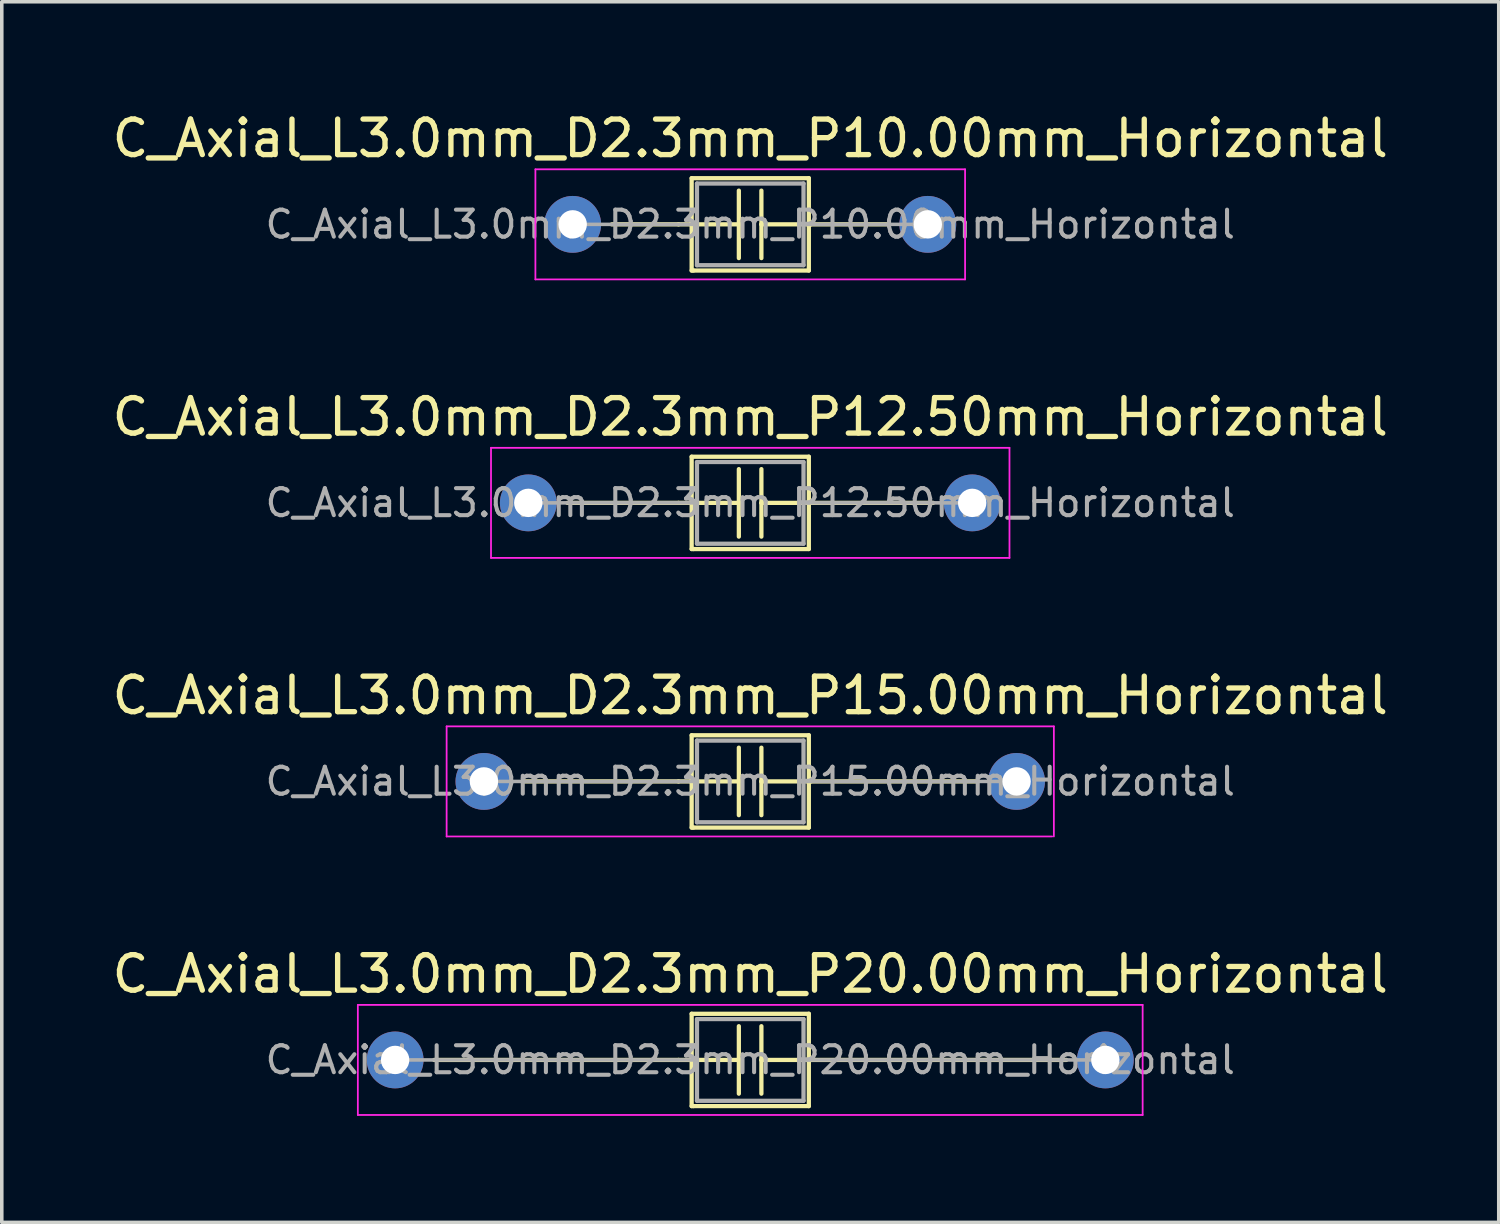
<source format=kicad_pcb>
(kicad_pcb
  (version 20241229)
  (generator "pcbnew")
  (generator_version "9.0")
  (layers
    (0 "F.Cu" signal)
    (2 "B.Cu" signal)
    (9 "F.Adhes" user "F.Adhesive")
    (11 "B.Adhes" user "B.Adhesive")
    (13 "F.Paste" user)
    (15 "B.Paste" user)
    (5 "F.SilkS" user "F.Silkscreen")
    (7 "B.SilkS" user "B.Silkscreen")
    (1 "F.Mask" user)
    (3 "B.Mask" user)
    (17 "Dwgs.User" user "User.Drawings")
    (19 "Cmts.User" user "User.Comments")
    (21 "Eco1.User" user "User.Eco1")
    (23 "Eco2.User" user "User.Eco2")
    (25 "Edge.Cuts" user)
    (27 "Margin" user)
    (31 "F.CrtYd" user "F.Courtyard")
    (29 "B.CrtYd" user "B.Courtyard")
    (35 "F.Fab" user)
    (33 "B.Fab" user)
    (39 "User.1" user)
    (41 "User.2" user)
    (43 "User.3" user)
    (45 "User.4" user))
  (footprint "C_Axial_L3.0mm_D2.3mm_P20.00mm_Horizontal"
    (layer "F.Cu")
    (at 8.077 26.798)
    (property "Reference" "C_Axial_L3.0mm_D2.3mm_P20.00mm_Horizontal" (at 10 -2.42 0) (layer "F.SilkS") (effects (font (size 1 1) (thickness 0.15))))
    (fp_line (start 1.1 0) (end 7.98 0) (stroke (width 0.12) (type solid)) (layer "F.SilkS"))
    (fp_line (start 7.98 0) (end 9.679 0) (stroke (width 0.12) (type solid)) (layer "F.SilkS"))
    (fp_line (start 8.35 -1.3) (end 11.65 -1.3) (stroke (width 0.12) (type solid)) (layer "F.SilkS"))
    (fp_line (start 8.35 1.3) (end 8.35 -1.3) (stroke (width 0.12) (type solid)) (layer "F.SilkS"))
    (fp_line (start 8.4 1.3) (end 8.35 1.3) (stroke (width 0.12) (type solid)) (layer "F.SilkS"))
    (fp_line (start 9.679 0) (end 9.679 -0.95) (stroke (width 0.12) (type solid)) (layer "F.SilkS"))
    (fp_line (start 9.679 0) (end 9.679 0.95) (stroke (width 0.12) (type solid)) (layer "F.SilkS"))
    (fp_line (start 10.314 0) (end 10.314 -0.95) (stroke (width 0.12) (type solid)) (layer "F.SilkS"))
    (fp_line (start 10.314 0) (end 10.314 0.95) (stroke (width 0.12) (type solid)) (layer "F.SilkS"))
    (fp_line (start 11.65 -1.3) (end 11.65 0) (stroke (width 0.12) (type solid)) (layer "F.SilkS"))
    (fp_line (start 11.65 0) (end 11.65 1.3) (stroke (width 0.12) (type solid)) (layer "F.SilkS"))
    (fp_line (start 11.65 1.3) (end 8.4 1.3) (stroke (width 0.12) (type solid)) (layer "F.SilkS"))
    (fp_line (start 11.711 0) (end 10.314 0) (stroke (width 0.12) (type solid)) (layer "F.SilkS"))
    (fp_line (start 18.9 0) (end 11.711 0) (stroke (width 0.12) (type solid)) (layer "F.SilkS"))
    (fp_line (start -1.05 -1.55) (end -1.05 1.55) (stroke (width 0.05) (type solid)) (layer "F.CrtYd"))
    (fp_line (start -1.05 1.55) (end 21.05 1.55) (stroke (width 0.05) (type solid)) (layer "F.CrtYd"))
    (fp_line (start 21.05 -1.55) (end -1.05 -1.55) (stroke (width 0.05) (type solid)) (layer "F.CrtYd"))
    (fp_line (start 21.05 1.55) (end 21.05 -1.55) (stroke (width 0.05) (type solid)) (layer "F.CrtYd"))
    (fp_line (start 0 0) (end 8.5 0) (stroke (width 0.1) (type solid)) (layer "F.Fab"))
    (fp_line (start 8.5 -1.15) (end 11.5 -1.15) (stroke (width 0.12) (type solid)) (layer "F.Fab"))
    (fp_line (start 8.5 0) (end 8.5 -1.15) (stroke (width 0.12) (type solid)) (layer "F.Fab"))
    (fp_line (start 8.5 1.15) (end 8.5 0) (stroke (width 0.12) (type solid)) (layer "F.Fab"))
    (fp_line (start 11.5 -1.15) (end 11.5 0) (stroke (width 0.12) (type solid)) (layer "F.Fab"))
    (fp_line (start 11.5 0) (end 11.5 1.15) (stroke (width 0.12) (type solid)) (layer "F.Fab"))
    (fp_line (start 11.5 1.15) (end 8.5 1.15) (stroke (width 0.12) (type solid)) (layer "F.Fab"))
    (fp_line (start 20 0) (end 11.5 0) (stroke (width 0.1) (type solid)) (layer "F.Fab"))
    (fp_text user "${REFERENCE}" (at 10 0 0) (layer "F.Fab") (effects (font (size 0.76 0.76) (thickness 0.114))))
    (pad "1" thru_hole circle (at 0 0) (size 1.6 1.6) (drill 0.8) (layers "*.Cu" "*.Mask"))
    (pad "2" thru_hole oval (at 20 0) (size 1.6 1.6) (drill 0.8) (layers "*.Cu" "*.Mask")))
  (footprint "C_Axial_L3.0mm_D2.3mm_P15.00mm_Horizontal"
    (layer "F.Cu")
    (at 10.577 18.955)
    (property "Reference" "C_Axial_L3.0mm_D2.3mm_P15.00mm_Horizontal" (at 7.5 -2.42 0) (layer "F.SilkS") (effects (font (size 1 1) (thickness 0.15))))
    (fp_line (start 1.1 0) (end 5.48 0) (stroke (width 0.12) (type solid)) (layer "F.SilkS"))
    (fp_line (start 5.48 0) (end 7.179 0) (stroke (width 0.12) (type solid)) (layer "F.SilkS"))
    (fp_line (start 5.85 -1.3) (end 9.15 -1.3) (stroke (width 0.12) (type solid)) (layer "F.SilkS"))
    (fp_line (start 5.85 1.3) (end 5.85 -1.3) (stroke (width 0.12) (type solid)) (layer "F.SilkS"))
    (fp_line (start 5.9 1.3) (end 5.85 1.3) (stroke (width 0.12) (type solid)) (layer "F.SilkS"))
    (fp_line (start 7.179 0) (end 7.179 -0.95) (stroke (width 0.12) (type solid)) (layer "F.SilkS"))
    (fp_line (start 7.179 0) (end 7.179 0.95) (stroke (width 0.12) (type solid)) (layer "F.SilkS"))
    (fp_line (start 7.814 0) (end 7.814 -0.95) (stroke (width 0.12) (type solid)) (layer "F.SilkS"))
    (fp_line (start 7.814 0) (end 7.814 0.95) (stroke (width 0.12) (type solid)) (layer "F.SilkS"))
    (fp_line (start 9.15 -1.3) (end 9.15 0) (stroke (width 0.12) (type solid)) (layer "F.SilkS"))
    (fp_line (start 9.15 0) (end 9.15 1.3) (stroke (width 0.12) (type solid)) (layer "F.SilkS"))
    (fp_line (start 9.15 1.3) (end 5.9 1.3) (stroke (width 0.12) (type solid)) (layer "F.SilkS"))
    (fp_line (start 9.211 0) (end 7.814 0) (stroke (width 0.12) (type solid)) (layer "F.SilkS"))
    (fp_line (start 13.9 0) (end 9.211 0) (stroke (width 0.12) (type solid)) (layer "F.SilkS"))
    (fp_line (start -1.05 -1.55) (end -1.05 1.55) (stroke (width 0.05) (type solid)) (layer "F.CrtYd"))
    (fp_line (start -1.05 1.55) (end 16 1.55) (stroke (width 0.05) (type solid)) (layer "F.CrtYd"))
    (fp_line (start 16.05 -1.55) (end -1.05 -1.55) (stroke (width 0.05) (type solid)) (layer "F.CrtYd"))
    (fp_line (start 16.05 1.55) (end 16.05 -1.55) (stroke (width 0.05) (type solid)) (layer "F.CrtYd"))
    (fp_line (start 0 0) (end 6 0) (stroke (width 0.1) (type solid)) (layer "F.Fab"))
    (fp_line (start 6 -1.15) (end 9 -1.15) (stroke (width 0.12) (type solid)) (layer "F.Fab"))
    (fp_line (start 6 0) (end 6 -1.15) (stroke (width 0.12) (type solid)) (layer "F.Fab"))
    (fp_line (start 6 1.15) (end 6 0) (stroke (width 0.12) (type solid)) (layer "F.Fab"))
    (fp_line (start 9 -1.15) (end 9 0) (stroke (width 0.12) (type solid)) (layer "F.Fab"))
    (fp_line (start 9 0) (end 9 1.15) (stroke (width 0.12) (type solid)) (layer "F.Fab"))
    (fp_line (start 9 1.15) (end 6 1.15) (stroke (width 0.12) (type solid)) (layer "F.Fab"))
    (fp_line (start 15 0) (end 9 0) (stroke (width 0.1) (type solid)) (layer "F.Fab"))
    (fp_text user "${REFERENCE}" (at 7.5 0 0) (layer "F.Fab") (effects (font (size 0.76 0.76) (thickness 0.114))))
    (pad "1" thru_hole circle (at 0 0) (size 1.6 1.6) (drill 0.8) (layers "*.Cu" "*.Mask"))
    (pad "2" thru_hole oval (at 15 0) (size 1.6 1.6) (drill 0.8) (layers "*.Cu" "*.Mask")))
  (footprint "C_Axial_L3.0mm_D2.3mm_P10.00mm_Horizontal"
    (layer "F.Cu")
    (at 13.077 3.268)
    (property "Reference" "C_Axial_L3.0mm_D2.3mm_P10.00mm_Horizontal" (at 5 -2.42 0) (layer "F.SilkS") (effects (font (size 1 1) (thickness 0.15))))
    (attr through_hole)
    (fp_line (start 1.1 0) (end 2.98 0) (stroke (width 0.12) (type solid)) (layer "F.SilkS"))
    (fp_line (start 2.98 0) (end 4.679 0) (stroke (width 0.12) (type solid)) (layer "F.SilkS"))
    (fp_line (start 3.35 -1.3) (end 6.65 -1.3) (stroke (width 0.12) (type solid)) (layer "F.SilkS"))
    (fp_line (start 3.35 1.3) (end 3.35 -1.3) (stroke (width 0.12) (type solid)) (layer "F.SilkS"))
    (fp_line (start 3.4 1.3) (end 3.35 1.3) (stroke (width 0.12) (type solid)) (layer "F.SilkS"))
    (fp_line (start 4.679 0) (end 4.679 -0.95) (stroke (width 0.12) (type solid)) (layer "F.SilkS"))
    (fp_line (start 4.679 0) (end 4.679 0.95) (stroke (width 0.12) (type solid)) (layer "F.SilkS"))
    (fp_line (start 5.314 0) (end 5.314 -0.95) (stroke (width 0.12) (type solid)) (layer "F.SilkS"))
    (fp_line (start 5.314 0) (end 5.314 0.95) (stroke (width 0.12) (type solid)) (layer "F.SilkS"))
    (fp_line (start 6.65 -1.3) (end 6.65 0) (stroke (width 0.12) (type solid)) (layer "F.SilkS"))
    (fp_line (start 6.65 0) (end 6.65 1.3) (stroke (width 0.12) (type solid)) (layer "F.SilkS"))
    (fp_line (start 6.65 1.3) (end 3.4 1.3) (stroke (width 0.12) (type solid)) (layer "F.SilkS"))
    (fp_line (start 6.711 0) (end 5.314 0) (stroke (width 0.12) (type solid)) (layer "F.SilkS"))
    (fp_line (start 8.9 0) (end 6.711 0) (stroke (width 0.12) (type solid)) (layer "F.SilkS"))
    (fp_line (start -1.05 -1.55) (end -1.05 1.55) (stroke (width 0.05) (type solid)) (layer "F.CrtYd"))
    (fp_line (start -1.05 1.55) (end 11.05 1.55) (stroke (width 0.05) (type solid)) (layer "F.CrtYd"))
    (fp_line (start 11.05 -1.55) (end -1.05 -1.55) (stroke (width 0.05) (type solid)) (layer "F.CrtYd"))
    (fp_line (start 11.05 1.55) (end 11.05 -1.55) (stroke (width 0.05) (type solid)) (layer "F.CrtYd"))
    (fp_line (start 0 0) (end 3.5 0) (stroke (width 0.1) (type solid)) (layer "F.Fab"))
    (fp_line (start 3.5 -1.15) (end 6.5 -1.15) (stroke (width 0.12) (type solid)) (layer "F.Fab"))
    (fp_line (start 3.5 0) (end 3.5 -1.15) (stroke (width 0.12) (type solid)) (layer "F.Fab"))
    (fp_line (start 3.5 1.15) (end 3.5 0) (stroke (width 0.12) (type solid)) (layer "F.Fab"))
    (fp_line (start 6.5 -1.15) (end 6.5 0) (stroke (width 0.12) (type solid)) (layer "F.Fab"))
    (fp_line (start 6.5 0) (end 6.5 1.15) (stroke (width 0.12) (type solid)) (layer "F.Fab"))
    (fp_line (start 6.5 1.15) (end 3.5 1.15) (stroke (width 0.12) (type solid)) (layer "F.Fab"))
    (fp_line (start 10 0) (end 6.5 0) (stroke (width 0.1) (type solid)) (layer "F.Fab"))
    (fp_text user "${REFERENCE}" (at 5 0 0) (layer "F.Fab") (effects (font (size 0.76 0.76) (thickness 0.114))))
    (pad "1" thru_hole circle (at 0 0) (size 1.6 1.6) (drill 0.8) (layers "*.Cu" "*.Mask"))
    (pad "2" thru_hole oval (at 10 0) (size 1.6 1.6) (drill 0.8) (layers "*.Cu" "*.Mask")))
  (footprint "C_Axial_L3.0mm_D2.3mm_P12.50mm_Horizontal"
    (layer "F.Cu")
    (at 11.827 11.111)
    (property "Reference" "C_Axial_L3.0mm_D2.3mm_P12.50mm_Horizontal" (at 6.25 -2.42 0) (layer "F.SilkS") (effects (font (size 1 1) (thickness 0.15))))
    (fp_line (start 1.1 0) (end 4.23 0) (stroke (width 0.12) (type solid)) (layer "F.SilkS"))
    (fp_line (start 4.23 0) (end 5.929 0) (stroke (width 0.12) (type solid)) (layer "F.SilkS"))
    (fp_line (start 4.6 -1.3) (end 7.9 -1.3) (stroke (width 0.12) (type solid)) (layer "F.SilkS"))
    (fp_line (start 4.6 1.3) (end 4.6 -1.3) (stroke (width 0.12) (type solid)) (layer "F.SilkS"))
    (fp_line (start 4.65 1.3) (end 4.6 1.3) (stroke (width 0.12) (type solid)) (layer "F.SilkS"))
    (fp_line (start 5.929 0) (end 5.929 -0.95) (stroke (width 0.12) (type solid)) (layer "F.SilkS"))
    (fp_line (start 5.929 0) (end 5.929 0.95) (stroke (width 0.12) (type solid)) (layer "F.SilkS"))
    (fp_line (start 6.564 0) (end 6.564 -0.95) (stroke (width 0.12) (type solid)) (layer "F.SilkS"))
    (fp_line (start 6.564 0) (end 6.564 0.95) (stroke (width 0.12) (type solid)) (layer "F.SilkS"))
    (fp_line (start 7.9 -1.3) (end 7.9 0) (stroke (width 0.12) (type solid)) (layer "F.SilkS"))
    (fp_line (start 7.9 0) (end 7.9 1.3) (stroke (width 0.12) (type solid)) (layer "F.SilkS"))
    (fp_line (start 7.9 1.3) (end 4.65 1.3) (stroke (width 0.12) (type solid)) (layer "F.SilkS"))
    (fp_line (start 7.961 0) (end 6.564 0) (stroke (width 0.12) (type solid)) (layer "F.SilkS"))
    (fp_line (start 11.4 0) (end 7.961 0) (stroke (width 0.12) (type solid)) (layer "F.SilkS"))
    (fp_line (start -1.05 -1.55) (end -1.05 1.55) (stroke (width 0.05) (type solid)) (layer "F.CrtYd"))
    (fp_line (start -1.05 1.55) (end 13.55 1.55) (stroke (width 0.05) (type solid)) (layer "F.CrtYd"))
    (fp_line (start 13.55 -1.55) (end -1.05 -1.55) (stroke (width 0.05) (type solid)) (layer "F.CrtYd"))
    (fp_line (start 13.55 1.55) (end 13.55 -1.55) (stroke (width 0.05) (type solid)) (layer "F.CrtYd"))
    (fp_line (start 0 0) (end 4.75 0) (stroke (width 0.1) (type solid)) (layer "F.Fab"))
    (fp_line (start 4.75 -1.15) (end 7.75 -1.15) (stroke (width 0.12) (type solid)) (layer "F.Fab"))
    (fp_line (start 4.75 0) (end 4.75 -1.15) (stroke (width 0.12) (type solid)) (layer "F.Fab"))
    (fp_line (start 4.75 1.15) (end 4.75 0) (stroke (width 0.12) (type solid)) (layer "F.Fab"))
    (fp_line (start 7.75 -1.15) (end 7.75 0) (stroke (width 0.12) (type solid)) (layer "F.Fab"))
    (fp_line (start 7.75 0) (end 7.75 1.15) (stroke (width 0.12) (type solid)) (layer "F.Fab"))
    (fp_line (start 7.75 1.15) (end 4.75 1.15) (stroke (width 0.12) (type solid)) (layer "F.Fab"))
    (fp_line (start 12.5 0) (end 7.75 0) (stroke (width 0.1) (type solid)) (layer "F.Fab"))
    (fp_text user "${REFERENCE}" (at 6.25 0 0) (layer "F.Fab") (effects (font (size 0.76 0.76) (thickness 0.114))))
    (pad "1" thru_hole circle (at 0 0) (size 1.6 1.6) (drill 0.8) (layers "*.Cu" "*.Mask"))
    (pad "2" thru_hole oval (at 12.5 0) (size 1.6 1.6) (drill 0.8) (layers "*.Cu" "*.Mask")))
  (gr_rect
    (start -3 -3)
    (end 39.155 31.373)
    (stroke (width 0.1) (type default))
    (fill no)
    (layer "Edge.Cuts")))
</source>
